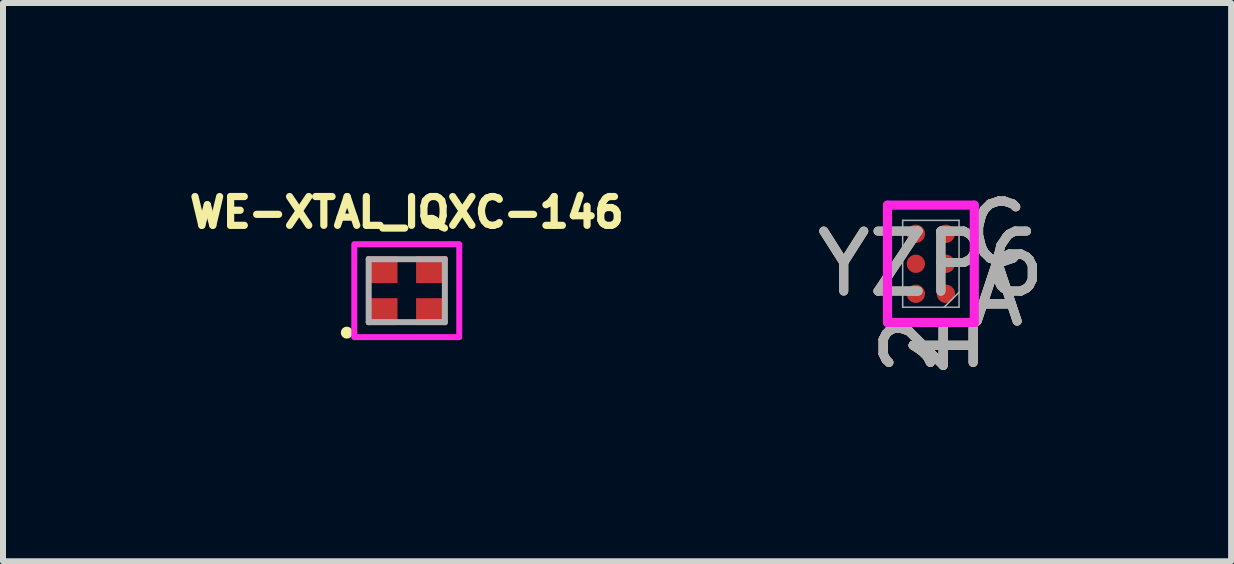
<source format=kicad_pcb>
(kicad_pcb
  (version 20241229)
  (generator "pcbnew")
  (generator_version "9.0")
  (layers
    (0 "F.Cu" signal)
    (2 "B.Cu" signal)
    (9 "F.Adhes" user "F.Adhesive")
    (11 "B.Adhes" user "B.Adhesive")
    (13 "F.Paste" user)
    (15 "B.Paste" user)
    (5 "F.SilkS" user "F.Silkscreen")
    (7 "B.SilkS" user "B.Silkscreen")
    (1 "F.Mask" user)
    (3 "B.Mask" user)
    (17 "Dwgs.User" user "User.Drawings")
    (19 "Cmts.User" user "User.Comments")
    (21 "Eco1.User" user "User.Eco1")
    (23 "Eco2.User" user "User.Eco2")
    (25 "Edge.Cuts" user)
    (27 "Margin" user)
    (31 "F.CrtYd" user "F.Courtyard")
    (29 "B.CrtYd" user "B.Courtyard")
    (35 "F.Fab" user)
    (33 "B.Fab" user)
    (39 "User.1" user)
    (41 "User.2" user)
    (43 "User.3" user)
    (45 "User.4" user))
  (footprint "YZP6"
    (layer "F.Cu")
    (at 12.47 1.348)
    (property "Reference" "YZP6" (at 0 0 0) (unlocked yes) (layer "F.SilkS") (effects (font (size 1 1) (thickness 0.15))))
    (attr smd)
    (fp_poly (pts (xy -0.945 -1.194) (xy 0.945 -1.194) (xy 0.945 1.194) (xy -0.945 1.194)) (stroke (width 0.1) (type solid)) (fill no) (layer "Eco2.User"))
    (fp_line (start -0.724 -0.978) (end 0.724 -0.978) (stroke (width 0.152) (type solid)) (layer "F.CrtYd"))
    (fp_line (start -0.724 0.978) (end -0.724 -0.978) (stroke (width 0.152) (type solid)) (layer "F.CrtYd"))
    (fp_line (start 0.724 -0.978) (end 0.724 0.978) (stroke (width 0.152) (type solid)) (layer "F.CrtYd"))
    (fp_line (start 0.724 0.978) (end -0.724 0.978) (stroke (width 0.152) (type solid)) (layer "F.CrtYd"))
    (fp_line (start -0.47 -0.724) (end -0.47 0.724) (stroke (width 0.025) (type solid)) (layer "F.Fab"))
    (fp_line (start -0.47 0.724) (end 0.47 0.724) (stroke (width 0.025) (type solid)) (layer "F.Fab"))
    (fp_line (start 0.22 0.724) (end 0.47 0.474) (stroke (width 0.025) (type solid)) (layer "F.Fab"))
    (fp_line (start 0.47 -0.724) (end -0.47 -0.724) (stroke (width 0.025) (type solid)) (layer "F.Fab"))
    (fp_line (start 0.47 0.724) (end 0.47 -0.724) (stroke (width 0.025) (type solid)) (layer "F.Fab"))
    (fp_text user "1" (at 0.25 1.359 90) (unlocked yes) (layer "F.SilkS") (effects (font (size 1 1) (thickness 0.15))))
    (fp_text user "C" (at 1.105 -0.5 0) (unlocked yes) (layer "F.SilkS") (effects (font (size 1 1) (thickness 0.15))))
    (fp_text user "A" (at 1.105 0.5 0) (unlocked yes) (layer "F.SilkS") (effects (font (size 1 1) (thickness 0.15))))
    (fp_text user "2" (at -0.25 1.359 90) (unlocked yes) (layer "F.SilkS") (effects (font (size 1 1) (thickness 0.15))))
    (fp_text user "A" (at 1.105 0.5 0) (unlocked yes) (layer "B.SilkS") (effects (font (size 1 1) (thickness 0.15))))
    (fp_text user "1" (at 0.25 1.359 90) (unlocked yes) (layer "B.SilkS") (effects (font (size 1 1) (thickness 0.15))))
    (fp_text user "2" (at -0.25 1.359 90) (unlocked yes) (layer "B.SilkS") (effects (font (size 1 1) (thickness 0.15))))
    (fp_text user "C" (at 1.105 -0.5 0) (unlocked yes) (layer "B.SilkS") (effects (font (size 1 1) (thickness 0.15))))
    (fp_text user "A" (at 1.105 0.5 0) (unlocked yes) (layer "F.Fab") (effects (font (size 1 1) (thickness 0.15))))
    (fp_text user "2" (at -0.25 1.359 90) (unlocked yes) (layer "F.Fab") (effects (font (size 1 1) (thickness 0.15))))
    (fp_text user "C" (at 1.105 -0.5 0) (unlocked yes) (layer "F.Fab") (effects (font (size 1 1) (thickness 0.15))))
    (fp_text user "${REFERENCE}" (at 0 0 0) (unlocked yes) (layer "F.Fab") (effects (font (size 1 1) (thickness 0.15))))
    (fp_text user "1" (at 0.25 1.359 90) (unlocked yes) (layer "F.Fab") (effects (font (size 1 1) (thickness 0.15))))
    (pad "A1" smd circle (at 0.25 0.5) (size 0.305 0.305) (layers "F.Cu"))
    (pad "A2" smd circle (at -0.25 0.5) (size 0.305 0.305) (layers "F.Cu"))
    (pad "B1" smd circle (at 0.25 0) (size 0.305 0.305) (layers "F.Cu"))
    (pad "B2" smd circle (at -0.25 0) (size 0.305 0.305) (layers "F.Cu"))
    (pad "C1" smd circle (at 0.25 -0.5) (size 0.305 0.305) (layers "F.Cu"))
    (pad "C2" smd circle (at -0.25 -0.5) (size 0.305 0.305) (layers "F.Cu")))
  (footprint "WE-XTAL_IQXC-146"
    (layer "F.Cu")
    (at 3.732 1.796)
    (property "Reference" "WE-XTAL_IQXC-146" (at 0 -1.305 0) (layer "F.SilkS") (effects (font (size 0.48 0.48) (thickness 0.15))))
    (attr smd)
    (fp_circle (center -1 0.7) (end -0.95 0.7) (stroke (width 0.1) (type solid)) (fill no) (layer "F.SilkS"))
    (fp_poly (pts (xy -0.875 -0.775) (xy 0.875 -0.775) (xy 0.875 0.775) (xy -0.875 0.775)) (stroke (width 0.1) (type solid)) (fill no) (layer "F.CrtYd"))
    (fp_line (start -0.635 -0.525) (end 0.635 -0.525) (stroke (width 0.1) (type solid)) (layer "F.Fab"))
    (fp_line (start -0.635 0.525) (end -0.635 -0.525) (stroke (width 0.1) (type solid)) (layer "F.Fab"))
    (fp_line (start 0.635 -0.525) (end 0.635 0.525) (stroke (width 0.1) (type solid)) (layer "F.Fab"))
    (fp_line (start 0.635 0.525) (end -0.635 0.525) (stroke (width 0.1) (type solid)) (layer "F.Fab"))
    (pad "1" smd rect (at -0.415 0.35) (size 0.52 0.45) (layers "F.Cu" "F.Mask" "F.Paste"))
    (pad "2" smd rect (at 0.415 0.35) (size 0.52 0.45) (layers "F.Cu" "F.Mask" "F.Paste"))
    (pad "3" smd rect (at 0.415 -0.35) (size 0.52 0.45) (layers "F.Cu" "F.Mask" "F.Paste"))
    (pad "4" smd rect (at -0.415 -0.35) (size 0.52 0.45) (layers "F.Cu" "F.Mask" "F.Paste")))
  (gr_rect
    (start -3 -3)
    (end 17.476 6.308)
    (stroke (width 0.1) (type default))
    (fill no)
    (layer "Edge.Cuts")))
</source>
